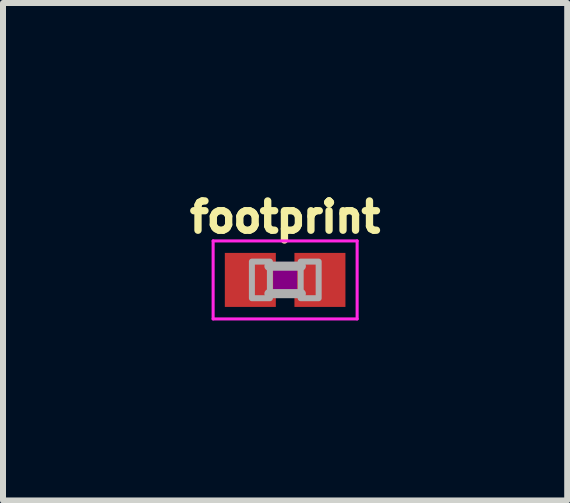
<source format=kicad_pcb>
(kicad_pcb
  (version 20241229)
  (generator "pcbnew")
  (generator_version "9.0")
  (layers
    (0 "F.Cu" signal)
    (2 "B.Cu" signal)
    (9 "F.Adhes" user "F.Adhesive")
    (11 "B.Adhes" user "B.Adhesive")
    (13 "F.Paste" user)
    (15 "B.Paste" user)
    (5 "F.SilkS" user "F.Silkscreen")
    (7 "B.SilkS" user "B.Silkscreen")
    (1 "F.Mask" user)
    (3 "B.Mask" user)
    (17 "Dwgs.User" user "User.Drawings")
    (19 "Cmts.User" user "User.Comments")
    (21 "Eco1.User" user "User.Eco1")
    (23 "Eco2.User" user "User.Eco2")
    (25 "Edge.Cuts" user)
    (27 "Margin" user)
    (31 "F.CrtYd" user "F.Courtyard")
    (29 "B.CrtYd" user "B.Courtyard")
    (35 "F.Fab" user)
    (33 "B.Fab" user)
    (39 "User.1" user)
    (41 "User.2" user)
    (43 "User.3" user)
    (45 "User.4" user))
  (footprint "footprint"
    (layer "F.Cu")
    (at 1.702 1.615)
    (property "Reference" "footprint" (at 0 -0.762 0) (layer "F.SilkS") (effects (font (size 0.488 0.488) (thickness 0.122)) (justify bottom)))
    (fp_poly (pts (xy -0.2 0.3) (xy 0.2 0.3) (xy 0.2 -0.3) (xy -0.2 -0.3)) (stroke (width 0) (type solid)) (fill yes) (layer "F.Adhes"))
    (fp_line (start -1.2 -0.65) (end 1.2 -0.65) (stroke (width 0.051) (type solid)) (layer "F.CrtYd"))
    (fp_line (start -1.2 0.65) (end -1.2 -0.65) (stroke (width 0.051) (type solid)) (layer "F.CrtYd"))
    (fp_line (start 1.2 -0.65) (end 1.2 0.65) (stroke (width 0.051) (type solid)) (layer "F.CrtYd"))
    (fp_line (start 1.2 0.65) (end -1.2 0.65) (stroke (width 0.051) (type solid)) (layer "F.CrtYd"))
    (fp_line (start -0.27 -0.229) (end 0.27 -0.229) (stroke (width 0.152) (type solid)) (layer "F.Fab"))
    (fp_line (start 0.27 0.229) (end -0.27 0.229) (stroke (width 0.152) (type solid)) (layer "F.Fab"))
    (fp_poly (pts (xy -0.554 0.305) (xy -0.254 0.305) (xy -0.254 -0.305) (xy -0.554 -0.305)) (stroke (width 0.1) (type solid)) (fill no) (layer "F.Fab"))
    (fp_poly (pts (xy 0.259 0.305) (xy 0.559 0.305) (xy 0.559 -0.305) (xy 0.259 -0.305)) (stroke (width 0.1) (type solid)) (fill no) (layer "F.Fab"))
    (pad "1" smd rect (at -0.58 0) (size 0.85 0.9) (layers "F.Cu" "F.Mask"))
    (pad "2" smd rect (at 0.58 0) (size 0.85 0.9) (layers "F.Cu" "F.Mask")))
  (gr_rect
    (start -3 -3)
    (end 6.403 5.291)
    (stroke (width 0.1) (type default))
    (fill no)
    (layer "Edge.Cuts")))
</source>
